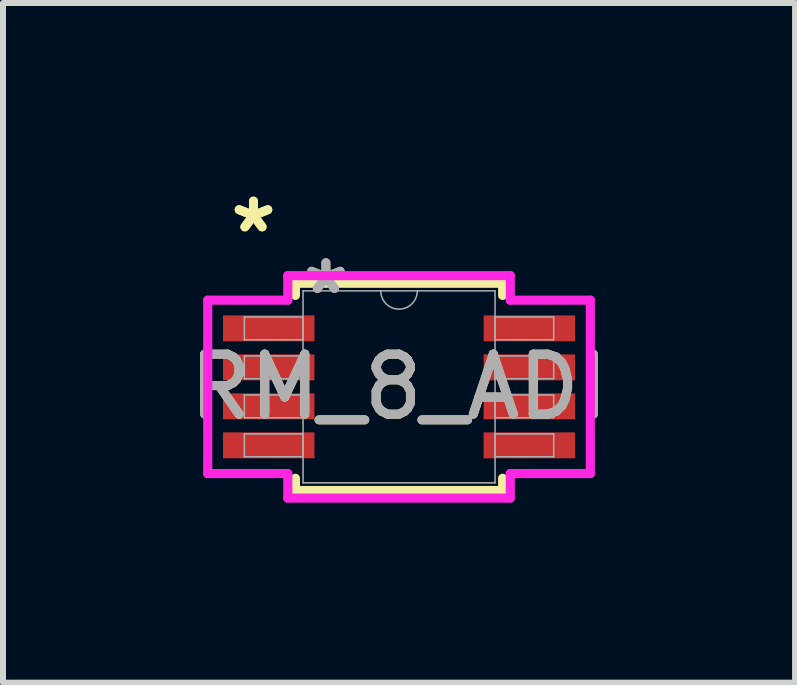
<source format=kicad_pcb>
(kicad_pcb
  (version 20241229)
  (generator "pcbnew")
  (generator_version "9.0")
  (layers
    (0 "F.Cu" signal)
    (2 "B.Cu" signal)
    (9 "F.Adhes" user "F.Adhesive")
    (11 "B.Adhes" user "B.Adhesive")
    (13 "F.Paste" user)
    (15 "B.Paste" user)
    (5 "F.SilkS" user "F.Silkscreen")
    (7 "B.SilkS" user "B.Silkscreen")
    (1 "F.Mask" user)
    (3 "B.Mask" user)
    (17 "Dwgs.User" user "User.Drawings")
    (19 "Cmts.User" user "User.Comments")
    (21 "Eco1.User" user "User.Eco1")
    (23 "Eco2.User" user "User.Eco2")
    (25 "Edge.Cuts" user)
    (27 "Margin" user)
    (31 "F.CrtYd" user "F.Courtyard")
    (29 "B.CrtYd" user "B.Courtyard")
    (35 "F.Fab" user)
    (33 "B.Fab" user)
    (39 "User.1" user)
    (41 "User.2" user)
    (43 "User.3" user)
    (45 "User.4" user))
  (footprint "RM_8_ADI"
    (layer "F.Cu")
    (at 3.601 3.398)
    (property "Reference" "RM_8_ADI" (at 0 0 0) (unlocked yes) (layer "F.SilkS") (effects (font (size 1 1) (thickness 0.15))))
    (attr smd)
    (fp_line (start -1.727 -1.727) (end -1.727 -1.524) (stroke (width 0.152) (type solid)) (layer "F.SilkS"))
    (fp_line (start -1.727 1.524) (end -1.727 1.727) (stroke (width 0.152) (type solid)) (layer "F.SilkS"))
    (fp_line (start -1.727 1.727) (end 1.727 1.727) (stroke (width 0.152) (type solid)) (layer "F.SilkS"))
    (fp_line (start 1.727 -1.727) (end -1.727 -1.727) (stroke (width 0.152) (type solid)) (layer "F.SilkS"))
    (fp_line (start 1.727 -1.524) (end 1.727 -1.727) (stroke (width 0.152) (type solid)) (layer "F.SilkS"))
    (fp_line (start 1.727 1.727) (end 1.727 1.524) (stroke (width 0.152) (type solid)) (layer "F.SilkS"))
    (fp_line (start -3.188 -1.445) (end -1.854 -1.445) (stroke (width 0.152) (type solid)) (layer "F.CrtYd"))
    (fp_line (start -3.188 1.445) (end -3.188 -1.445) (stroke (width 0.152) (type solid)) (layer "F.CrtYd"))
    (fp_line (start -3.188 1.445) (end -1.854 1.445) (stroke (width 0.152) (type solid)) (layer "F.CrtYd"))
    (fp_line (start -1.854 -1.854) (end 1.854 -1.854) (stroke (width 0.152) (type solid)) (layer "F.CrtYd"))
    (fp_line (start -1.854 -1.445) (end -1.854 -1.854) (stroke (width 0.152) (type solid)) (layer "F.CrtYd"))
    (fp_line (start -1.854 1.854) (end -1.854 1.445) (stroke (width 0.152) (type solid)) (layer "F.CrtYd"))
    (fp_line (start 1.854 -1.854) (end 1.854 -1.445) (stroke (width 0.152) (type solid)) (layer "F.CrtYd"))
    (fp_line (start 1.854 1.445) (end 1.854 1.854) (stroke (width 0.152) (type solid)) (layer "F.CrtYd"))
    (fp_line (start 1.854 1.854) (end -1.854 1.854) (stroke (width 0.152) (type solid)) (layer "F.CrtYd"))
    (fp_line (start 3.188 -1.445) (end 1.854 -1.445) (stroke (width 0.152) (type solid)) (layer "F.CrtYd"))
    (fp_line (start 3.188 -1.445) (end 3.188 1.445) (stroke (width 0.152) (type solid)) (layer "F.CrtYd"))
    (fp_line (start 3.188 1.445) (end 1.854 1.445) (stroke (width 0.152) (type solid)) (layer "F.CrtYd"))
    (fp_line (start -2.578 -1.165) (end -2.578 -0.784) (stroke (width 0.025) (type solid)) (layer "F.Fab"))
    (fp_line (start -2.578 -0.784) (end -1.6 -0.784) (stroke (width 0.025) (type solid)) (layer "F.Fab"))
    (fp_line (start -2.578 -0.515) (end -2.578 -0.135) (stroke (width 0.025) (type solid)) (layer "F.Fab"))
    (fp_line (start -2.578 -0.135) (end -1.6 -0.135) (stroke (width 0.025) (type solid)) (layer "F.Fab"))
    (fp_line (start -2.578 0.135) (end -2.578 0.515) (stroke (width 0.025) (type solid)) (layer "F.Fab"))
    (fp_line (start -2.578 0.515) (end -1.6 0.515) (stroke (width 0.025) (type solid)) (layer "F.Fab"))
    (fp_line (start -2.578 0.784) (end -2.578 1.165) (stroke (width 0.025) (type solid)) (layer "F.Fab"))
    (fp_line (start -2.578 1.165) (end -1.6 1.165) (stroke (width 0.025) (type solid)) (layer "F.Fab"))
    (fp_line (start -1.6 -1.6) (end -1.6 1.6) (stroke (width 0.025) (type solid)) (layer "F.Fab"))
    (fp_line (start -1.6 -1.165) (end -2.578 -1.165) (stroke (width 0.025) (type solid)) (layer "F.Fab"))
    (fp_line (start -1.6 -0.784) (end -1.6 -1.165) (stroke (width 0.025) (type solid)) (layer "F.Fab"))
    (fp_line (start -1.6 -0.515) (end -2.578 -0.515) (stroke (width 0.025) (type solid)) (layer "F.Fab"))
    (fp_line (start -1.6 -0.135) (end -1.6 -0.515) (stroke (width 0.025) (type solid)) (layer "F.Fab"))
    (fp_line (start -1.6 0.135) (end -2.578 0.135) (stroke (width 0.025) (type solid)) (layer "F.Fab"))
    (fp_line (start -1.6 0.515) (end -1.6 0.135) (stroke (width 0.025) (type solid)) (layer "F.Fab"))
    (fp_line (start -1.6 0.784) (end -2.578 0.784) (stroke (width 0.025) (type solid)) (layer "F.Fab"))
    (fp_line (start -1.6 1.165) (end -1.6 0.784) (stroke (width 0.025) (type solid)) (layer "F.Fab"))
    (fp_line (start -1.6 1.6) (end 1.6 1.6) (stroke (width 0.025) (type solid)) (layer "F.Fab"))
    (fp_line (start 1.6 -1.6) (end -1.6 -1.6) (stroke (width 0.025) (type solid)) (layer "F.Fab"))
    (fp_line (start 1.6 -1.165) (end 1.6 -0.784) (stroke (width 0.025) (type solid)) (layer "F.Fab"))
    (fp_line (start 1.6 -0.784) (end 2.578 -0.784) (stroke (width 0.025) (type solid)) (layer "F.Fab"))
    (fp_line (start 1.6 -0.515) (end 1.6 -0.135) (stroke (width 0.025) (type solid)) (layer "F.Fab"))
    (fp_line (start 1.6 -0.135) (end 2.578 -0.135) (stroke (width 0.025) (type solid)) (layer "F.Fab"))
    (fp_line (start 1.6 0.135) (end 1.6 0.515) (stroke (width 0.025) (type solid)) (layer "F.Fab"))
    (fp_line (start 1.6 0.515) (end 2.578 0.515) (stroke (width 0.025) (type solid)) (layer "F.Fab"))
    (fp_line (start 1.6 0.784) (end 1.6 1.165) (stroke (width 0.025) (type solid)) (layer "F.Fab"))
    (fp_line (start 1.6 1.165) (end 2.578 1.165) (stroke (width 0.025) (type solid)) (layer "F.Fab"))
    (fp_line (start 1.6 1.6) (end 1.6 -1.6) (stroke (width 0.025) (type solid)) (layer "F.Fab"))
    (fp_line (start 2.578 -1.165) (end 1.6 -1.165) (stroke (width 0.025) (type solid)) (layer "F.Fab"))
    (fp_line (start 2.578 -0.784) (end 2.578 -1.165) (stroke (width 0.025) (type solid)) (layer "F.Fab"))
    (fp_line (start 2.578 -0.515) (end 1.6 -0.515) (stroke (width 0.025) (type solid)) (layer "F.Fab"))
    (fp_line (start 2.578 -0.135) (end 2.578 -0.515) (stroke (width 0.025) (type solid)) (layer "F.Fab"))
    (fp_line (start 2.578 0.135) (end 1.6 0.135) (stroke (width 0.025) (type solid)) (layer "F.Fab"))
    (fp_line (start 2.578 0.515) (end 2.578 0.135) (stroke (width 0.025) (type solid)) (layer "F.Fab"))
    (fp_line (start 2.578 0.784) (end 1.6 0.784) (stroke (width 0.025) (type solid)) (layer "F.Fab"))
    (fp_line (start 2.578 1.165) (end 2.578 0.784) (stroke (width 0.025) (type solid)) (layer "F.Fab"))
    (fp_arc (start 0.3048 -1.6002) (mid 0 -1.2954) (end -0.3048 -1.6002) (stroke (width 0.0254) (type solid)) (layer "F.Fab"))
    (fp_text user "*" (at -2.426 -2.55 0) (layer "F.SilkS") (effects (font (size 1 1) (thickness 0.15))))
    (fp_text user "*" (at -2.426 -2.55 0) (unlocked yes) (layer "F.SilkS") (effects (font (size 1 1) (thickness 0.15))))
    (fp_text user "${REFERENCE}" (at 0 0 0) (unlocked yes) (layer "F.Fab") (effects (font (size 1 1) (thickness 0.15))))
    (fp_text user "*" (at -1.219 -1.524 0) (unlocked yes) (layer "F.Fab") (effects (font (size 1 1) (thickness 0.15))))
    (fp_text user "*" (at -1.219 -1.524 0) (layer "F.Fab") (effects (font (size 1 1) (thickness 0.15))))
    (pad "1" smd rect (at -2.172 -0.975) (size 1.524 0.432) (layers "F.Cu" "F.Mask" "F.Paste"))
    (pad "2" smd rect (at -2.172 -0.325) (size 1.524 0.432) (layers "F.Cu" "F.Mask" "F.Paste"))
    (pad "3" smd rect (at -2.172 0.325) (size 1.524 0.432) (layers "F.Cu" "F.Mask" "F.Paste"))
    (pad "4" smd rect (at -2.172 0.975) (size 1.524 0.432) (layers "F.Cu" "F.Mask" "F.Paste"))
    (pad "5" smd rect (at 2.172 0.975) (size 1.524 0.432) (layers "F.Cu" "F.Mask" "F.Paste"))
    (pad "6" smd rect (at 2.172 0.325) (size 1.524 0.432) (layers "F.Cu" "F.Mask" "F.Paste"))
    (pad "7" smd rect (at 2.172 -0.325) (size 1.524 0.432) (layers "F.Cu" "F.Mask" "F.Paste"))
    (pad "8" smd rect (at 2.172 -0.975) (size 1.524 0.432) (layers "F.Cu" "F.Mask" "F.Paste")))
  (gr_rect
    (start -3 -3)
    (end 10.202 8.328)
    (stroke (width 0.1) (type default))
    (fill no)
    (layer "Edge.Cuts")))
</source>
